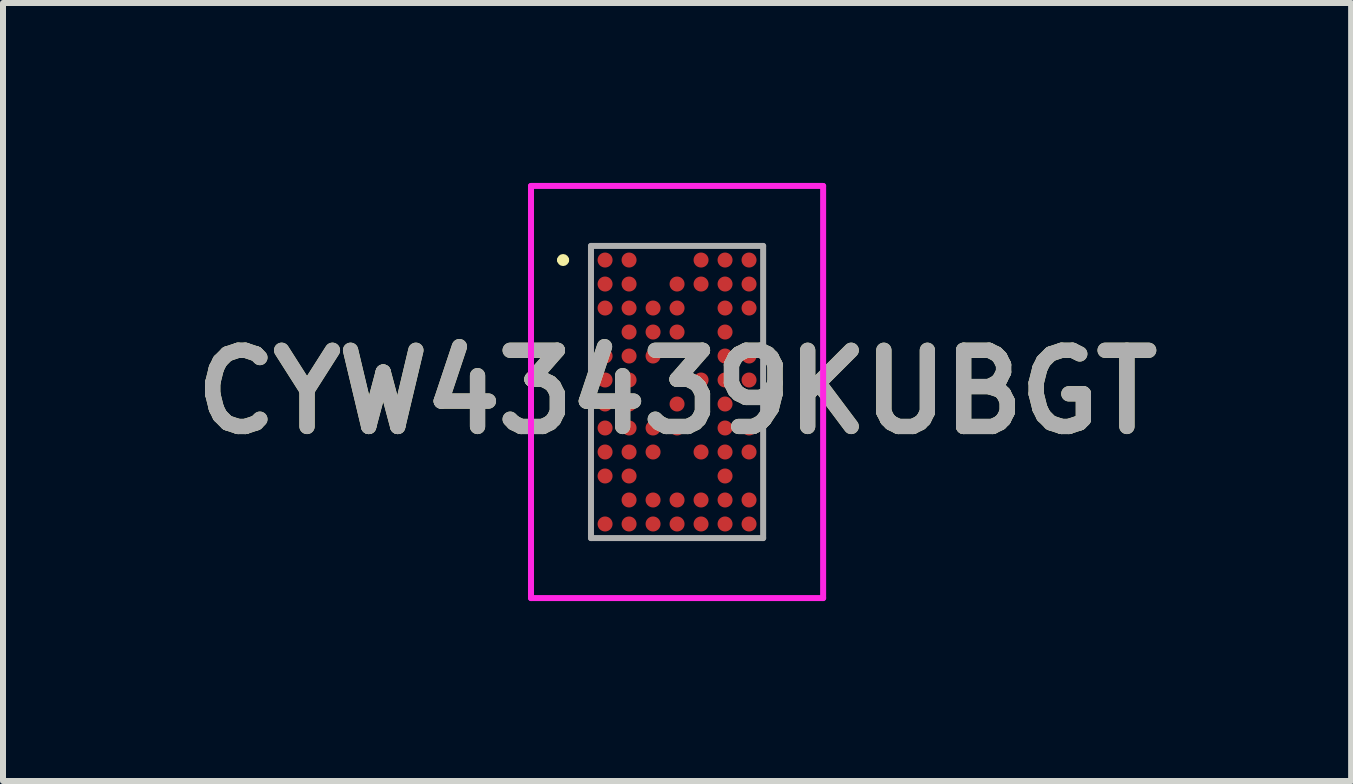
<source format=kicad_pcb>
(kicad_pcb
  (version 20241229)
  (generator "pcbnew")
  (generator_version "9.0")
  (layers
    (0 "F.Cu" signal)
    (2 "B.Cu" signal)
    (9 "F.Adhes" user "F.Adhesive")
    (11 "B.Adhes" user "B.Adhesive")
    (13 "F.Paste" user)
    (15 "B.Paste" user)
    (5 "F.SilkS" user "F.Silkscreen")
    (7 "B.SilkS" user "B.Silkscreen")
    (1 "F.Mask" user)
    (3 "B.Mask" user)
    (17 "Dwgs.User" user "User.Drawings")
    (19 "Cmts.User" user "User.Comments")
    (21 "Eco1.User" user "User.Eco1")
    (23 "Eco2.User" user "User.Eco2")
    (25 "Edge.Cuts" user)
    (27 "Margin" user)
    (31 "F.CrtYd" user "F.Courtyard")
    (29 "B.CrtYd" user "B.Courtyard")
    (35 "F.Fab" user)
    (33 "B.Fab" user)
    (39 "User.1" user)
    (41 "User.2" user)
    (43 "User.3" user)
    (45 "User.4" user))
  (footprint "CYW43439KUBGT"
    (layer "F.Cu")
    (at 8.237 3.485)
    (property "Reference" "CYW43439KUBGT" (at 0 0 0) (layer "F.SilkS") (effects (font (size 1.27 1.27) (thickness 0.254))))
    (attr smd)
    (fp_line (start -1.95 -2.2) (end -1.95 -2.2) (stroke (width 0.1) (type solid)) (layer "F.SilkS"))
    (fp_line (start -1.85 -2.2) (end -1.85 -2.2) (stroke (width 0.1) (type solid)) (layer "F.SilkS"))
    (fp_arc (start -1.95 -2.2) (mid -1.9 -2.25) (end -1.85 -2.2) (stroke (width 0.1) (type solid)) (layer "F.SilkS"))
    (fp_arc (start -1.85 -2.2) (mid -1.9 -2.15) (end -1.95 -2.2) (stroke (width 0.1) (type solid)) (layer "F.SilkS"))
    (fp_line (start -2.435 -3.435) (end 2.435 -3.435) (stroke (width 0.1) (type solid)) (layer "F.CrtYd"))
    (fp_line (start -2.435 3.435) (end -2.435 -3.435) (stroke (width 0.1) (type solid)) (layer "F.CrtYd"))
    (fp_line (start 2.435 -3.435) (end 2.435 3.435) (stroke (width 0.1) (type solid)) (layer "F.CrtYd"))
    (fp_line (start 2.435 3.435) (end -2.435 3.435) (stroke (width 0.1) (type solid)) (layer "F.CrtYd"))
    (fp_line (start -1.435 -2.435) (end 1.435 -2.435) (stroke (width 0.1) (type solid)) (layer "F.Fab"))
    (fp_line (start -1.435 2.435) (end -1.435 -2.435) (stroke (width 0.1) (type solid)) (layer "F.Fab"))
    (fp_line (start 1.435 -2.435) (end 1.435 2.435) (stroke (width 0.1) (type solid)) (layer "F.Fab"))
    (fp_line (start 1.435 2.435) (end -1.435 2.435) (stroke (width 0.1) (type solid)) (layer "F.Fab"))
    (fp_text user "${REFERENCE}" (at 0 0 0) (layer "F.Fab") (effects (font (size 1.27 1.27) (thickness 0.254))))
    (pad "A1" smd circle (at -1.2 -2.2 90) (size 0.25 0.25) (layers "F.Cu" "F.Mask" "F.Paste"))
    (pad "A2" smd circle (at -0.8 -2.2 90) (size 0.25 0.25) (layers "F.Cu" "F.Mask" "F.Paste"))
    (pad "A5" smd circle (at 0.4 -2.2 90) (size 0.25 0.25) (layers "F.Cu" "F.Mask" "F.Paste"))
    (pad "A6" smd circle (at 0.8 -2.2 90) (size 0.25 0.25) (layers "F.Cu" "F.Mask" "F.Paste"))
    (pad "A7" smd circle (at 1.2 -2.2 90) (size 0.25 0.25) (layers "F.Cu" "F.Mask" "F.Paste"))
    (pad "B1" smd circle (at -1.2 -1.8 90) (size 0.25 0.25) (layers "F.Cu" "F.Mask" "F.Paste"))
    (pad "B2" smd circle (at -0.8 -1.8 90) (size 0.25 0.25) (layers "F.Cu" "F.Mask" "F.Paste"))
    (pad "B4" smd circle (at 0 -1.8 90) (size 0.25 0.25) (layers "F.Cu" "F.Mask" "F.Paste"))
    (pad "B5" smd circle (at 0.4 -1.8 90) (size 0.25 0.25) (layers "F.Cu" "F.Mask" "F.Paste"))
    (pad "B6" smd circle (at 0.8 -1.8 90) (size 0.25 0.25) (layers "F.Cu" "F.Mask" "F.Paste"))
    (pad "B7" smd circle (at 1.2 -1.8 90) (size 0.25 0.25) (layers "F.Cu" "F.Mask" "F.Paste"))
    (pad "C1" smd circle (at -1.2 -1.4 90) (size 0.25 0.25) (layers "F.Cu" "F.Mask" "F.Paste"))
    (pad "C2" smd circle (at -0.8 -1.4 90) (size 0.25 0.25) (layers "F.Cu" "F.Mask" "F.Paste"))
    (pad "C3" smd circle (at -0.4 -1.4 90) (size 0.25 0.25) (layers "F.Cu" "F.Mask" "F.Paste"))
    (pad "C4" smd circle (at 0 -1.4 90) (size 0.25 0.25) (layers "F.Cu" "F.Mask" "F.Paste"))
    (pad "C6" smd circle (at 0.8 -1.4 90) (size 0.25 0.25) (layers "F.Cu" "F.Mask" "F.Paste"))
    (pad "C7" smd circle (at 1.2 -1.4 90) (size 0.25 0.25) (layers "F.Cu" "F.Mask" "F.Paste"))
    (pad "D2" smd circle (at -0.8 -1 90) (size 0.25 0.25) (layers "F.Cu" "F.Mask" "F.Paste"))
    (pad "D3" smd circle (at -0.4 -1 90) (size 0.25 0.25) (layers "F.Cu" "F.Mask" "F.Paste"))
    (pad "D4" smd circle (at 0 -1 90) (size 0.25 0.25) (layers "F.Cu" "F.Mask" "F.Paste"))
    (pad "D6" smd circle (at 0.8 -1 90) (size 0.25 0.25) (layers "F.Cu" "F.Mask" "F.Paste"))
    (pad "E1" smd circle (at -1.2 -0.6 90) (size 0.25 0.25) (layers "F.Cu" "F.Mask" "F.Paste"))
    (pad "E2" smd circle (at -0.8 -0.6 90) (size 0.25 0.25) (layers "F.Cu" "F.Mask" "F.Paste"))
    (pad "E3" smd circle (at -0.4 -0.6 90) (size 0.25 0.25) (layers "F.Cu" "F.Mask" "F.Paste"))
    (pad "E6" smd circle (at 0.8 -0.6 90) (size 0.25 0.25) (layers "F.Cu" "F.Mask" "F.Paste"))
    (pad "E7" smd circle (at 1.2 -0.6 90) (size 0.25 0.25) (layers "F.Cu" "F.Mask" "F.Paste"))
    (pad "F1" smd circle (at -1.2 -0.2 90) (size 0.25 0.25) (layers "F.Cu" "F.Mask" "F.Paste"))
    (pad "F2" smd circle (at -0.8 -0.2 90) (size 0.25 0.25) (layers "F.Cu" "F.Mask" "F.Paste"))
    (pad "F5" smd circle (at 0.4 -0.2 90) (size 0.25 0.25) (layers "F.Cu" "F.Mask" "F.Paste"))
    (pad "F6" smd circle (at 0.8 -0.2 90) (size 0.25 0.25) (layers "F.Cu" "F.Mask" "F.Paste"))
    (pad "F7" smd circle (at 1.2 -0.2 90) (size 0.25 0.25) (layers "F.Cu" "F.Mask" "F.Paste"))
    (pad "G1" smd circle (at -1.2 0.2 90) (size 0.25 0.25) (layers "F.Cu" "F.Mask" "F.Paste"))
    (pad "G2" smd circle (at -0.8 0.2 90) (size 0.25 0.25) (layers "F.Cu" "F.Mask" "F.Paste"))
    (pad "G4" smd circle (at 0 0.2 90) (size 0.25 0.25) (layers "F.Cu" "F.Mask" "F.Paste"))
    (pad "G6" smd circle (at 0.8 0.2 90) (size 0.25 0.25) (layers "F.Cu" "F.Mask" "F.Paste"))
    (pad "H1" smd circle (at -1.2 0.6 90) (size 0.25 0.25) (layers "F.Cu" "F.Mask" "F.Paste"))
    (pad "H2" smd circle (at -0.8 0.6 90) (size 0.25 0.25) (layers "F.Cu" "F.Mask" "F.Paste"))
    (pad "H3" smd circle (at -0.4 0.6 90) (size 0.25 0.25) (layers "F.Cu" "F.Mask" "F.Paste"))
    (pad "H4" smd circle (at 0 0.6 90) (size 0.25 0.25) (layers "F.Cu" "F.Mask" "F.Paste"))
    (pad "H6" smd circle (at 0.8 0.6 90) (size 0.25 0.25) (layers "F.Cu" "F.Mask" "F.Paste"))
    (pad "H7" smd circle (at 1.2 0.6 90) (size 0.25 0.25) (layers "F.Cu" "F.Mask" "F.Paste"))
    (pad "J1" smd circle (at -1.2 1 90) (size 0.25 0.25) (layers "F.Cu" "F.Mask" "F.Paste"))
    (pad "J2" smd circle (at -0.8 1 90) (size 0.25 0.25) (layers "F.Cu" "F.Mask" "F.Paste"))
    (pad "J3" smd circle (at -0.4 1 90) (size 0.25 0.25) (layers "F.Cu" "F.Mask" "F.Paste"))
    (pad "J5" smd circle (at 0.4 1 90) (size 0.25 0.25) (layers "F.Cu" "F.Mask" "F.Paste"))
    (pad "J6" smd circle (at 0.8 1 90) (size 0.25 0.25) (layers "F.Cu" "F.Mask" "F.Paste"))
    (pad "J7" smd circle (at 1.2 1 90) (size 0.25 0.25) (layers "F.Cu" "F.Mask" "F.Paste"))
    (pad "K1" smd circle (at -1.2 1.4 90) (size 0.25 0.25) (layers "F.Cu" "F.Mask" "F.Paste"))
    (pad "K2" smd circle (at -0.8 1.4 90) (size 0.25 0.25) (layers "F.Cu" "F.Mask" "F.Paste"))
    (pad "K6" smd circle (at 0.8 1.4 90) (size 0.25 0.25) (layers "F.Cu" "F.Mask" "F.Paste"))
    (pad "L2" smd circle (at -0.8 1.8 90) (size 0.25 0.25) (layers "F.Cu" "F.Mask" "F.Paste"))
    (pad "L3" smd circle (at -0.4 1.8 90) (size 0.25 0.25) (layers "F.Cu" "F.Mask" "F.Paste"))
    (pad "L4" smd circle (at 0 1.8 90) (size 0.25 0.25) (layers "F.Cu" "F.Mask" "F.Paste"))
    (pad "L5" smd circle (at 0.4 1.8 90) (size 0.25 0.25) (layers "F.Cu" "F.Mask" "F.Paste"))
    (pad "L6" smd circle (at 0.8 1.8 90) (size 0.25 0.25) (layers "F.Cu" "F.Mask" "F.Paste"))
    (pad "L7" smd circle (at 1.2 1.8 90) (size 0.25 0.25) (layers "F.Cu" "F.Mask" "F.Paste"))
    (pad "M1" smd circle (at -1.2 2.2 90) (size 0.25 0.25) (layers "F.Cu" "F.Mask" "F.Paste"))
    (pad "M2" smd circle (at -0.8 2.2 90) (size 0.25 0.25) (layers "F.Cu" "F.Mask" "F.Paste"))
    (pad "M3" smd circle (at -0.4 2.2 90) (size 0.25 0.25) (layers "F.Cu" "F.Mask" "F.Paste"))
    (pad "M4" smd circle (at 0 2.2 90) (size 0.25 0.25) (layers "F.Cu" "F.Mask" "F.Paste"))
    (pad "M5" smd circle (at 0.4 2.2 90) (size 0.25 0.25) (layers "F.Cu" "F.Mask" "F.Paste"))
    (pad "M6" smd circle (at 0.8 2.2 90) (size 0.25 0.25) (layers "F.Cu" "F.Mask" "F.Paste"))
    (pad "M7" smd circle (at 1.2 2.2 90) (size 0.25 0.25) (layers "F.Cu" "F.Mask" "F.Paste")))
  (gr_rect
    (start -3 -3)
    (end 19.474 9.97)
    (stroke (width 0.1) (type default))
    (fill no)
    (layer "Edge.Cuts")))
</source>
